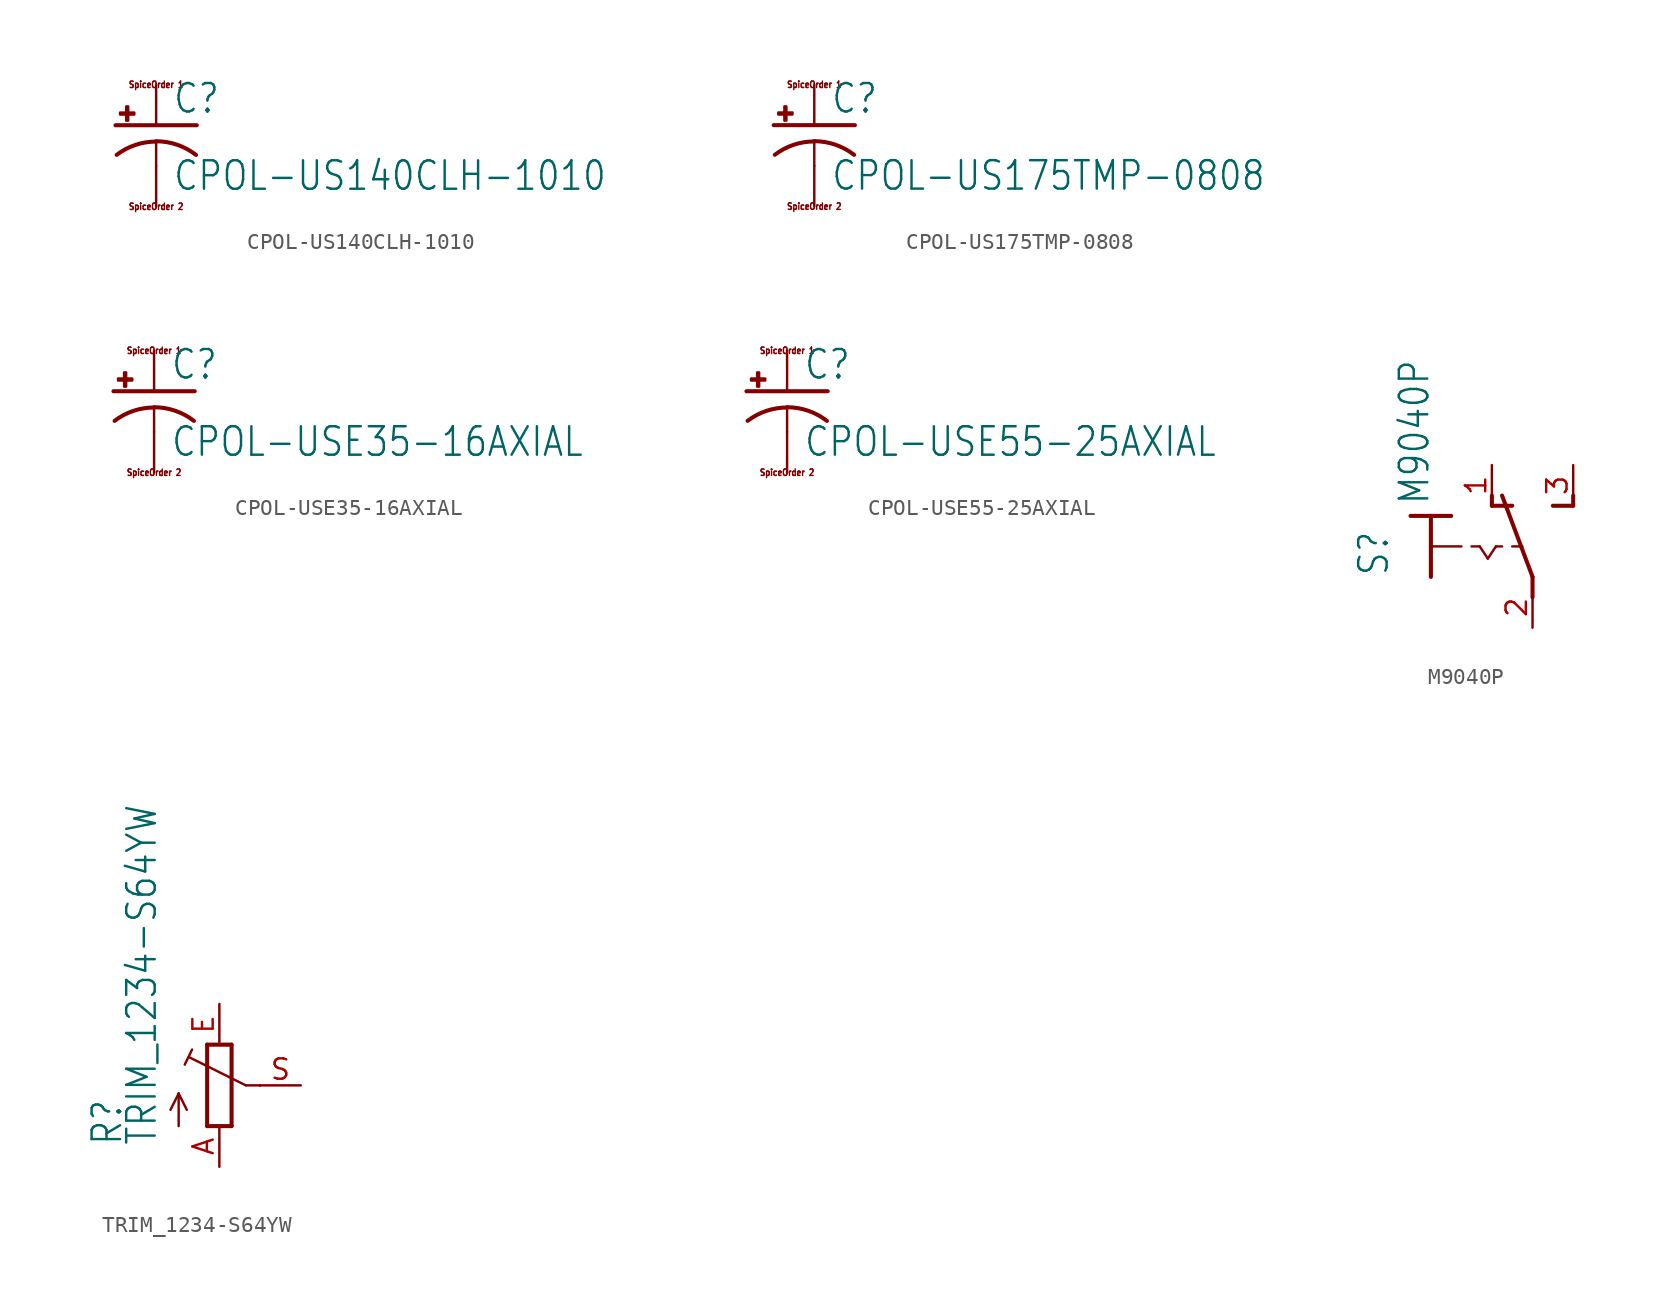
<source format=kicad_sym>
(kicad_symbol_lib
  (version 20211014)
  (generator kicad_symbol_editor)
  (symbol "CPOL-US140CLH-1010"
    (property "Reference" "C"
      (at 1.016 0.635 0)
      (effects (font (size 1.778 1.511)) (justify left bottom)))
    (property "Value" "CPOL-US140CLH-1010"
      (at 1.016 -4.191 0)
      (effects (font (size 1.778 1.511)) (justify left bottom)))
    (property "ki_locked" ""
      (at 0 0 0)
      (effects (font (size 1.27 1.27))))
    (symbol "CPOL-US140CLH-1010_1_0"
      (rectangle (start -2.253 0.668) (end -1.364 0.795) (stroke (width 0) (type default) (color 0 0 0 0)) (fill (type outline)))
      (rectangle (start -1.872 0.287) (end -1.745 1.176) (stroke (width 0) (type default) (color 0 0 0 0)) (fill (type outline)))
      (arc (start 0 -1.0161) (mid -1.3021 -1.2302) (end -2.4669 -1.8504) (stroke (width 0.254) (type default) (color 0 0 0 0)) (fill (type none)))
      (polyline (pts (xy -2.54 0) (xy 2.54 0)) (stroke (width 0.254) (type default) (color 0 0 0 0)) (fill (type none)))
      (polyline (pts (xy 0 -1.016) (xy 0 -2.54)) (stroke (width 0.152) (type default) (color 0 0 0 0)) (fill (type none)))
      (arc (start 2.4892 -1.8542) (mid 1.3158 -1.2195) (end 0 -1) (stroke (width 0.254) (type default) (color 0 0 0 0)) (fill (type none)))
      (text "SpiceOrder 1" (at 0 2.54 0) (effects (font (size 0.406 0.345))))
      (text "SpiceOrder 2" (at 0 -5.08 0) (effects (font (size 0.406 0.345))))
      (pin passive line (at 0 2.54 270) (length 2.54) (name "+" (effects (font (size 0 0)))) (number "+" (effects (font (size 0 0)))))
      (pin passive line (at 0 -5.08 90) (length 2.54) (name "-" (effects (font (size 0 0)))) (number "-" (effects (font (size 0 0)))))))
  (symbol "CPOL-US175TMP-0808"
    (property "Reference" "C"
      (at 1.016 0.635 0)
      (effects (font (size 1.778 1.511)) (justify left bottom)))
    (property "Value" "CPOL-US175TMP-0808"
      (at 1.016 -4.191 0)
      (effects (font (size 1.778 1.511)) (justify left bottom)))
    (property "ki_locked" ""
      (at 0 0 0)
      (effects (font (size 1.27 1.27))))
    (symbol "CPOL-US175TMP-0808_1_0"
      (rectangle (start -2.253 0.668) (end -1.364 0.795) (stroke (width 0) (type default) (color 0 0 0 0)) (fill (type outline)))
      (rectangle (start -1.872 0.287) (end -1.745 1.176) (stroke (width 0) (type default) (color 0 0 0 0)) (fill (type outline)))
      (arc (start 0 -1.0161) (mid -1.3021 -1.2302) (end -2.4669 -1.8504) (stroke (width 0.254) (type default) (color 0 0 0 0)) (fill (type none)))
      (polyline (pts (xy -2.54 0) (xy 2.54 0)) (stroke (width 0.254) (type default) (color 0 0 0 0)) (fill (type none)))
      (polyline (pts (xy 0 -1.016) (xy 0 -2.54)) (stroke (width 0.152) (type default) (color 0 0 0 0)) (fill (type none)))
      (arc (start 2.4892 -1.8542) (mid 1.3158 -1.2195) (end 0 -1) (stroke (width 0.254) (type default) (color 0 0 0 0)) (fill (type none)))
      (text "SpiceOrder 1" (at 0 2.54 0) (effects (font (size 0.406 0.345))))
      (text "SpiceOrder 2" (at 0 -5.08 0) (effects (font (size 0.406 0.345))))
      (pin passive line (at 0 2.54 270) (length 2.54) (name "+" (effects (font (size 0 0)))) (number "+" (effects (font (size 0 0)))))
      (pin passive line (at 0 -5.08 90) (length 2.54) (name "-" (effects (font (size 0 0)))) (number "-" (effects (font (size 0 0)))))))
  (symbol "CPOL-USE35-16AXIAL"
    (property "Reference" "C"
      (at 1.016 0.635 0)
      (effects (font (size 1.778 1.511)) (justify left bottom)))
    (property "Value" "CPOL-USE35-16AXIAL"
      (at 1.016 -4.191 0)
      (effects (font (size 1.778 1.511)) (justify left bottom)))
    (property "ki_locked" ""
      (at 0 0 0)
      (effects (font (size 1.27 1.27))))
    (symbol "CPOL-USE35-16AXIAL_1_0"
      (rectangle (start -2.253 0.668) (end -1.364 0.795) (stroke (width 0) (type default) (color 0 0 0 0)) (fill (type outline)))
      (rectangle (start -1.872 0.287) (end -1.745 1.176) (stroke (width 0) (type default) (color 0 0 0 0)) (fill (type outline)))
      (arc (start 0 -1.0161) (mid -1.3021 -1.2302) (end -2.4669 -1.8504) (stroke (width 0.254) (type default) (color 0 0 0 0)) (fill (type none)))
      (polyline (pts (xy -2.54 0) (xy 2.54 0)) (stroke (width 0.254) (type default) (color 0 0 0 0)) (fill (type none)))
      (polyline (pts (xy 0 -1.016) (xy 0 -2.54)) (stroke (width 0.152) (type default) (color 0 0 0 0)) (fill (type none)))
      (arc (start 2.4892 -1.8542) (mid 1.3158 -1.2195) (end 0 -1) (stroke (width 0.254) (type default) (color 0 0 0 0)) (fill (type none)))
      (text "SpiceOrder 1" (at 0 2.54 0) (effects (font (size 0.406 0.345))))
      (text "SpiceOrder 2" (at 0 -5.08 0) (effects (font (size 0.406 0.345))))
      (pin passive line (at 0 2.54 270) (length 2.54) (name "+" (effects (font (size 0 0)))) (number "+" (effects (font (size 0 0)))))
      (pin passive line (at 0 -5.08 90) (length 2.54) (name "-" (effects (font (size 0 0)))) (number "-" (effects (font (size 0 0)))))))
  (symbol "CPOL-USE55-25AXIAL"
    (property "Reference" "C"
      (at 1.016 0.635 0)
      (effects (font (size 1.778 1.511)) (justify left bottom)))
    (property "Value" "CPOL-USE55-25AXIAL"
      (at 1.016 -4.191 0)
      (effects (font (size 1.778 1.511)) (justify left bottom)))
    (property "ki_locked" ""
      (at 0 0 0)
      (effects (font (size 1.27 1.27))))
    (symbol "CPOL-USE55-25AXIAL_1_0"
      (rectangle (start -2.253 0.668) (end -1.364 0.795) (stroke (width 0) (type default) (color 0 0 0 0)) (fill (type outline)))
      (rectangle (start -1.872 0.287) (end -1.745 1.176) (stroke (width 0) (type default) (color 0 0 0 0)) (fill (type outline)))
      (arc (start 0 -1.0161) (mid -1.3021 -1.2302) (end -2.4669 -1.8504) (stroke (width 0.254) (type default) (color 0 0 0 0)) (fill (type none)))
      (polyline (pts (xy -2.54 0) (xy 2.54 0)) (stroke (width 0.254) (type default) (color 0 0 0 0)) (fill (type none)))
      (polyline (pts (xy 0 -1.016) (xy 0 -2.54)) (stroke (width 0.152) (type default) (color 0 0 0 0)) (fill (type none)))
      (arc (start 2.4892 -1.8542) (mid 1.3158 -1.2195) (end 0 -1) (stroke (width 0.254) (type default) (color 0 0 0 0)) (fill (type none)))
      (text "SpiceOrder 1" (at 0 2.54 0) (effects (font (size 0.406 0.345))))
      (text "SpiceOrder 2" (at 0 -5.08 0) (effects (font (size 0.406 0.345))))
      (pin passive line (at 0 2.54 270) (length 2.54) (name "+" (effects (font (size 0 0)))) (number "+" (effects (font (size 0 0)))))
      (pin passive line (at 0 -5.08 90) (length 2.54) (name "-" (effects (font (size 0 0)))) (number "-" (effects (font (size 0 0)))))))
  (symbol "M9040P"
    (property "Reference" "S"
      (at -6.35 -1.905 90)
      (effects (font (size 1.778 1.511)) (justify left bottom)))
    (property "Value" "M9040P"
      (at -3.81 2.54 90)
      (effects (font (size 1.778 1.511)) (justify left bottom)))
    (property "ki_locked" ""
      (at 0 0 0)
      (effects (font (size 1.27 1.27))))
    (symbol "M9040P_1_0"
      (polyline (pts (xy -5.08 1.905) (xy -3.81 1.905)) (stroke (width 0.254) (type default) (color 0 0 0 0)) (fill (type none)))
      (polyline (pts (xy -3.81 0) (xy -3.81 -1.905)) (stroke (width 0.254) (type default) (color 0 0 0 0)) (fill (type none)))
      (polyline (pts (xy -3.81 0) (xy -1.905 0)) (stroke (width 0.152) (type default) (color 0 0 0 0)) (fill (type none)))
      (polyline (pts (xy -3.81 1.905) (xy -3.81 0)) (stroke (width 0.254) (type default) (color 0 0 0 0)) (fill (type none)))
      (polyline (pts (xy -3.81 1.905) (xy -2.54 1.905)) (stroke (width 0.254) (type default) (color 0 0 0 0)) (fill (type none)))
      (polyline (pts (xy -1.27 0) (xy -0.762 0)) (stroke (width 0.152) (type default) (color 0 0 0 0)) (fill (type none)))
      (polyline (pts (xy -0.762 0) (xy -0.254 -0.762)) (stroke (width 0.152) (type default) (color 0 0 0 0)) (fill (type none)))
      (polyline (pts (xy -0.254 -0.762) (xy 0.254 0)) (stroke (width 0.152) (type default) (color 0 0 0 0)) (fill (type none)))
      (polyline (pts (xy 0 2.54) (xy 0 3.175)) (stroke (width 0.254) (type default) (color 0 0 0 0)) (fill (type none)))
      (polyline (pts (xy 0 2.54) (xy 1.27 2.54)) (stroke (width 0.254) (type default) (color 0 0 0 0)) (fill (type none)))
      (polyline (pts (xy 0.254 0) (xy 0.635 0)) (stroke (width 0.152) (type default) (color 0 0 0 0)) (fill (type none)))
      (polyline (pts (xy 1.27 0) (xy 1.905 0)) (stroke (width 0.152) (type default) (color 0 0 0 0)) (fill (type none)))
      (polyline (pts (xy 2.54 -3.175) (xy 2.54 -1.905)) (stroke (width 0.254) (type default) (color 0 0 0 0)) (fill (type none)))
      (polyline (pts (xy 2.54 -1.905) (xy 0.635 3.175)) (stroke (width 0.254) (type default) (color 0 0 0 0)) (fill (type none)))
      (polyline (pts (xy 3.81 2.54) (xy 5.08 2.54)) (stroke (width 0.254) (type default) (color 0 0 0 0)) (fill (type none)))
      (polyline (pts (xy 5.08 2.54) (xy 5.08 3.175)) (stroke (width 0.254) (type default) (color 0 0 0 0)) (fill (type none)))
      (pin passive line (at 0 5.08 270) (length 2.54) (name "O" (effects (font (size 0 0)))) (number "1" (effects (font (size 1.27 1.27)))))
      (pin passive line (at 2.54 -5.08 90) (length 2.54) (name "P" (effects (font (size 0 0)))) (number "2" (effects (font (size 1.27 1.27)))))
      (pin passive line (at 5.08 5.08 270) (length 2.54) (name "S" (effects (font (size 0 0)))) (number "3" (effects (font (size 1.27 1.27)))))))
  (symbol "TRIM_1234-S64YW"
    (property "Reference" "R"
      (at -5.969 -3.81 90)
      (effects (font (size 1.778 1.511)) (justify left bottom)))
    (property "Value" "TRIM_1234-S64YW"
      (at -3.81 -3.81 90)
      (effects (font (size 1.778 1.511)) (justify left bottom)))
    (property "ki_locked" ""
      (at 0 0 0)
      (effects (font (size 1.27 1.27))))
    (symbol "TRIM_1234-S64YW_1_0"
      (polyline (pts (xy -2.54 -2.54) (xy -2.54 -0.508)) (stroke (width 0.152) (type default) (color 0 0 0 0)) (fill (type none)))
      (polyline (pts (xy -2.54 -0.508) (xy -3.048 -1.524)) (stroke (width 0.152) (type default) (color 0 0 0 0)) (fill (type none)))
      (polyline (pts (xy -2.54 -0.508) (xy -2.032 -1.524)) (stroke (width 0.152) (type default) (color 0 0 0 0)) (fill (type none)))
      (polyline (pts (xy -2.16 1.294) (xy -1.702 2.235)) (stroke (width 0.152) (type default) (color 0 0 0 0)) (fill (type none)))
      (polyline (pts (xy -0.762 -2.54) (xy 0.762 -2.54)) (stroke (width 0.254) (type default) (color 0 0 0 0)) (fill (type none)))
      (polyline (pts (xy -0.762 2.54) (xy -0.762 -2.54)) (stroke (width 0.254) (type default) (color 0 0 0 0)) (fill (type none)))
      (polyline (pts (xy 0.762 -2.54) (xy 0.762 2.54)) (stroke (width 0.254) (type default) (color 0 0 0 0)) (fill (type none)))
      (polyline (pts (xy 0.762 2.54) (xy -0.762 2.54)) (stroke (width 0.254) (type default) (color 0 0 0 0)) (fill (type none)))
      (polyline (pts (xy 1.651 0) (xy -1.88 1.753)) (stroke (width 0.152) (type default) (color 0 0 0 0)) (fill (type none)))
      (polyline (pts (xy 2.54 0) (xy 1.651 0)) (stroke (width 0.152) (type default) (color 0 0 0 0)) (fill (type none)))
      (pin passive line (at 0 -5.08 90) (length 2.54) (name "A" (effects (font (size 0 0)))) (number "A" (effects (font (size 1.27 1.27)))))
      (pin passive line (at 0 5.08 270) (length 2.54) (name "E" (effects (font (size 0 0)))) (number "E" (effects (font (size 1.27 1.27)))))
      (pin passive line (at 5.08 0 180) (length 2.54) (name "S" (effects (font (size 0 0)))) (number "S" (effects (font (size 1.27 1.27)))))
      (pin passive line (at 2.54 0 180) (length 0) (name "S@1" (effects (font (size 0 0)))) (number "S@1" (effects (font (size 0 0))))))))
</source>
